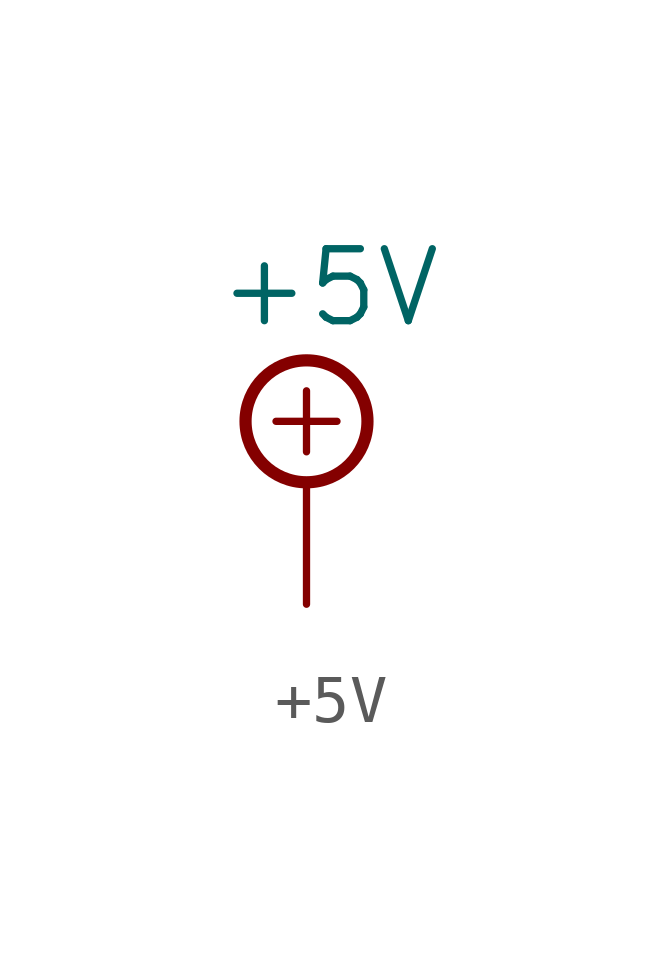
<source format=kicad_sym>
(kicad_symbol_lib
  (version 20211014)
  (generator kicad_symbol_editor)
  (symbol "+5V"
    (power)
    (pin_names
      (offset 1.016))
    (property "Reference" "#V"
      (at 0 0 0)
      (effects (font (size 1.27 1.27)) hide))
    (property "Value" "+5V"
      (at -1.905 3.175 0)
      (effects (font (size 1.499 1.499)) (justify left bottom)))
    (property "ki_locked" ""
      (at 0 0 0)
      (effects (font (size 1.27 1.27))))
    (symbol "+5V_1_0"
      (polyline (pts (xy -0.635 1.27) (xy 0.635 1.27)) (stroke (width 0) (type default) (color 0 0 0 0)) (fill (type none)))
      (polyline (pts (xy 0 0.635) (xy 0 1.905)) (stroke (width 0) (type default) (color 0 0 0 0)) (fill (type none)))
      (circle (center 0 1.27) (radius 1.27) (stroke (width 0.254) (type default) (color 0 0 0 0)) (fill (type none)))
      (pin power_in line (at 0 -2.54 90) (length 2.54) (name "+5V" (effects (font (size 0 0)))) (number "1" (effects (font (size 0 0))))))))
</source>
